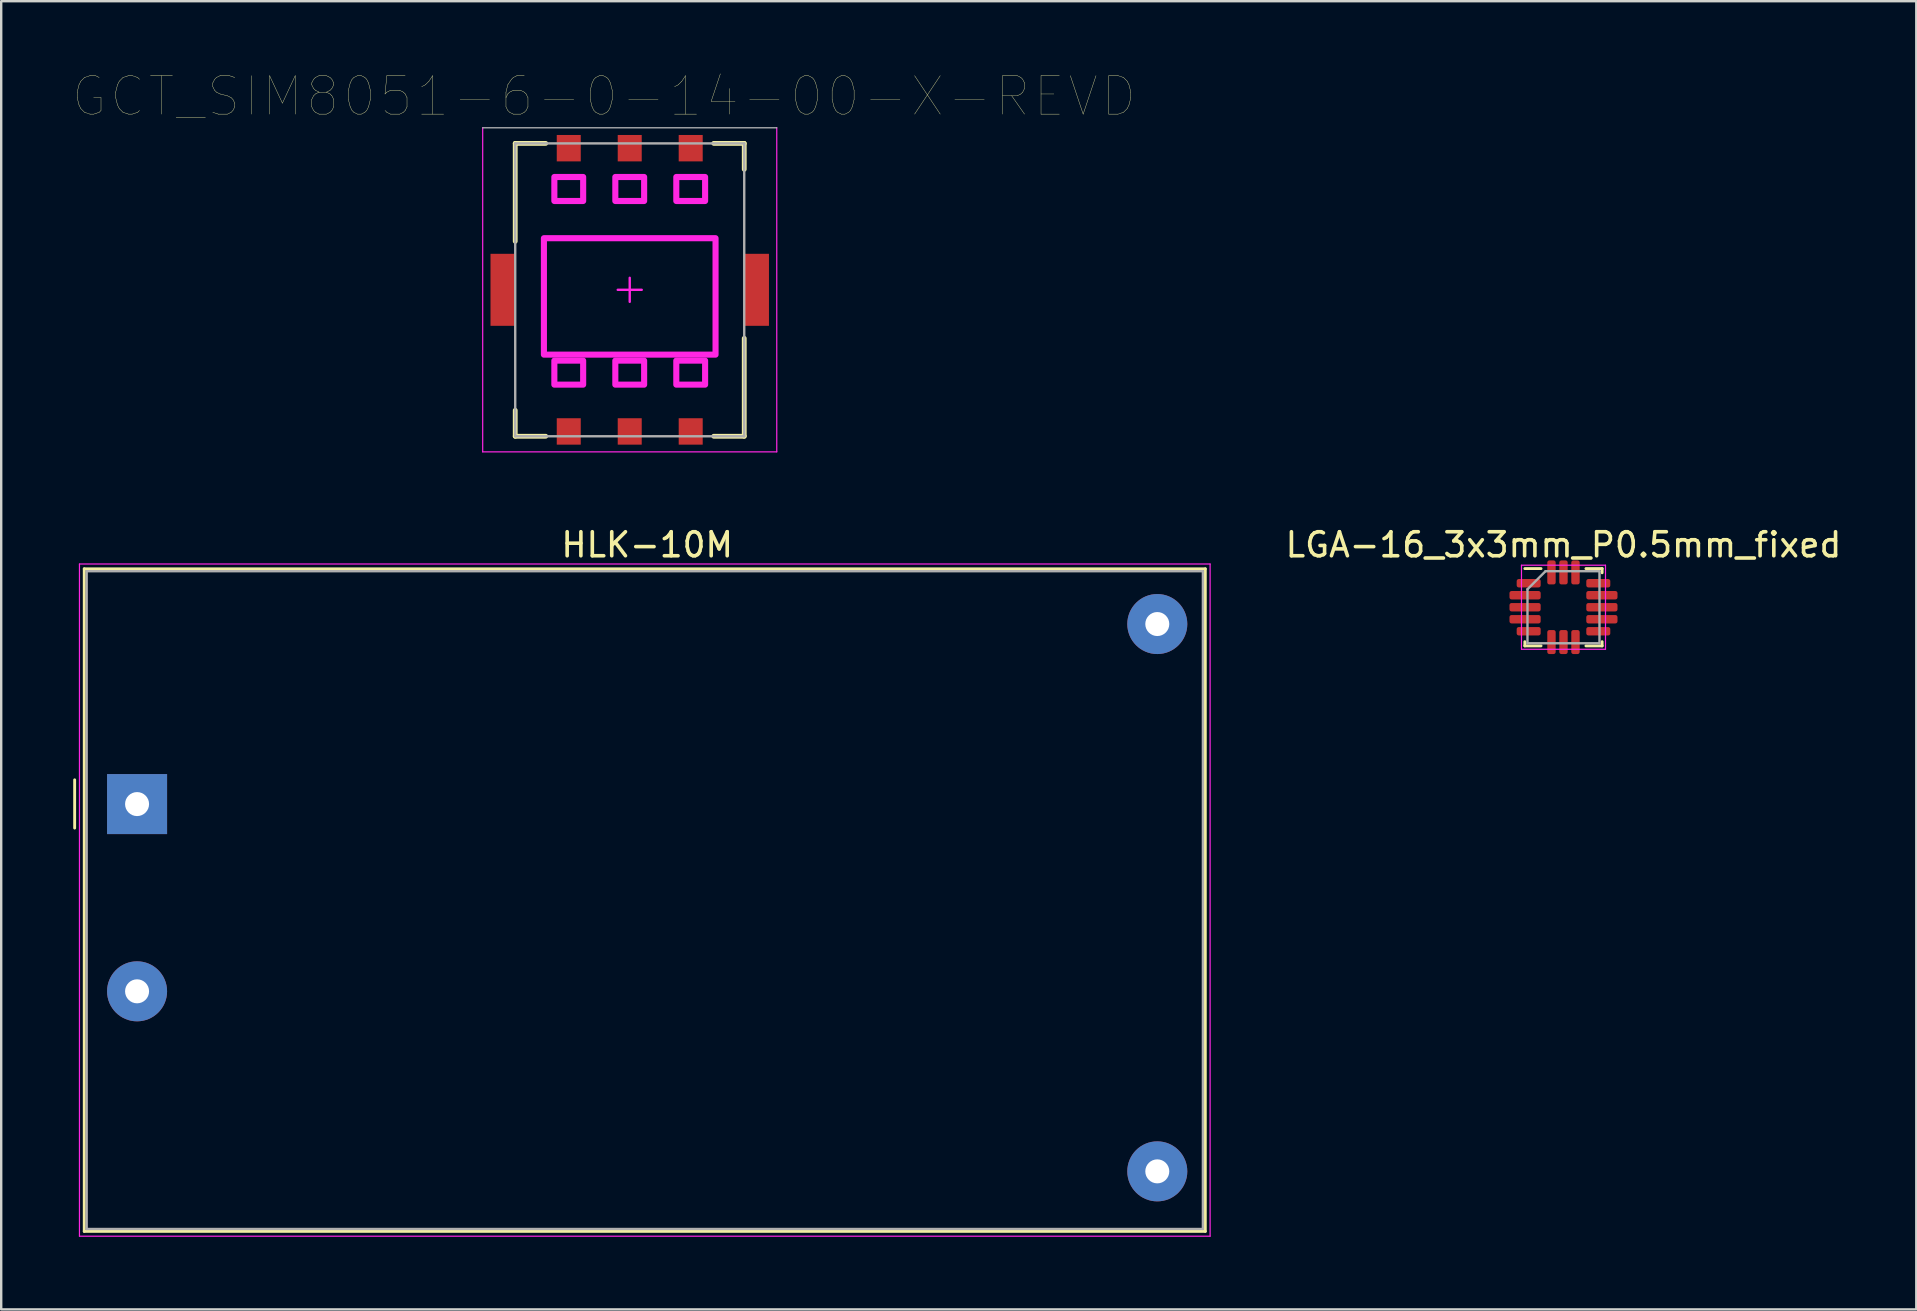
<source format=kicad_pcb>
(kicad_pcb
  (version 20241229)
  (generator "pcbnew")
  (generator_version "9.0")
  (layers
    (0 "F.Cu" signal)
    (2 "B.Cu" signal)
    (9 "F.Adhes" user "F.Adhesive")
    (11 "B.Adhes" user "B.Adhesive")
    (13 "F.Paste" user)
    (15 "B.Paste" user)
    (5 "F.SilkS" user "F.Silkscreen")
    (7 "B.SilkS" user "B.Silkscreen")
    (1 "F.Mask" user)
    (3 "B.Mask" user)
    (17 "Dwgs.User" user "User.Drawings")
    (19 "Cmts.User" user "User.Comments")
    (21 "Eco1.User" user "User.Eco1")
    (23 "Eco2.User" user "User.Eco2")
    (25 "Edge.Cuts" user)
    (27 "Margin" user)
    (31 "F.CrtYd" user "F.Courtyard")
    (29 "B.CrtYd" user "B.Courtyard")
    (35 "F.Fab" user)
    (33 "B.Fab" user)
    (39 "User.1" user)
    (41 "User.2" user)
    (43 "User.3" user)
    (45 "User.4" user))
  (footprint "GCT_SIM8051-6-0-14-00-X-REVD"
    (layer "F.Cu")
    (at 23.183 9.023)
    (property "Reference" "GCT_SIM8051-6-0-14-00-X-REVD" (at -1.072 -8.059 0) (layer "F.SilkS") (effects (font (size 1.603 1.603) (thickness 0.015))))
    (attr through_hole)
    (fp_line (start -4.77 -6.1) (end -3.5 -6.1) (stroke (width 0.2) (type solid)) (layer "F.SilkS"))
    (fp_line (start -4.77 -2.02) (end -4.77 -6.1) (stroke (width 0.2) (type solid)) (layer "F.SilkS"))
    (fp_line (start -4.77 6.1) (end -4.77 5.02) (stroke (width 0.2) (type solid)) (layer "F.SilkS"))
    (fp_line (start -4.77 6.1) (end -3.5 6.1) (stroke (width 0.2) (type solid)) (layer "F.SilkS"))
    (fp_line (start 3.5 -6.1) (end 4.77 -6.1) (stroke (width 0.2) (type solid)) (layer "F.SilkS"))
    (fp_line (start 3.5 6.1) (end 4.77 6.1) (stroke (width 0.2) (type solid)) (layer "F.SilkS"))
    (fp_line (start 4.77 -5.02) (end 4.77 -6.1) (stroke (width 0.2) (type solid)) (layer "F.SilkS"))
    (fp_line (start 4.77 6.1) (end 4.77 2.02) (stroke (width 0.2) (type solid)) (layer "F.SilkS"))
    (fp_line (start -6.125 -6.75) (end 6.125 -6.75) (stroke (width 0.05) (type solid)) (layer "Dwgs.User"))
    (fp_line (start -6.125 6.75) (end -6.125 -6.75) (stroke (width 0.05) (type solid)) (layer "F.CrtYd"))
    (fp_line (start -6.125 6.75) (end 6.125 6.75) (stroke (width 0.05) (type solid)) (layer "F.CrtYd"))
    (fp_line (start -0.5 0) (end 0.5 0) (stroke (width 0.1) (type solid)) (layer "F.CrtYd"))
    (fp_line (start 0 0.5) (end 0 -0.5) (stroke (width 0.1) (type solid)) (layer "F.CrtYd"))
    (fp_line (start 6.125 6.75) (end 6.125 -6.75) (stroke (width 0.05) (type solid)) (layer "F.CrtYd"))
    (fp_poly (pts (xy -3.575 2.7) (xy 3.575 2.7) (xy 3.575 -2.15) (xy -3.575 -2.15)) (stroke (width 0.254) (type solid)) (fill no) (layer "F.CrtYd"))
    (fp_poly (pts (xy -3.14 -3.7) (xy -1.94 -3.7) (xy -1.94 -4.7) (xy -3.14 -4.7)) (stroke (width 0.254) (type solid)) (fill no) (layer "F.CrtYd"))
    (fp_poly (pts (xy -3.14 3.95) (xy -1.94 3.95) (xy -1.94 2.95) (xy -3.14 2.95)) (stroke (width 0.254) (type solid)) (fill no) (layer "F.CrtYd"))
    (fp_poly (pts (xy -0.6 -3.7) (xy 0.6 -3.7) (xy 0.6 -4.7) (xy -0.6 -4.7)) (stroke (width 0.254) (type solid)) (fill no) (layer "F.CrtYd"))
    (fp_poly (pts (xy -0.6 3.95) (xy 0.6 3.95) (xy 0.6 2.95) (xy -0.6 2.95)) (stroke (width 0.254) (type solid)) (fill no) (layer "F.CrtYd"))
    (fp_poly (pts (xy 1.94 -3.7) (xy 3.14 -3.7) (xy 3.14 -4.7) (xy 1.94 -4.7)) (stroke (width 0.254) (type solid)) (fill no) (layer "F.CrtYd"))
    (fp_poly (pts (xy 1.94 3.95) (xy 3.14 3.95) (xy 3.14 2.95) (xy 1.94 2.95)) (stroke (width 0.254) (type solid)) (fill no) (layer "F.CrtYd"))
    (fp_line (start -4.77 -6.1) (end 4.77 -6.1) (stroke (width 0.1) (type solid)) (layer "F.Fab"))
    (fp_line (start -4.77 6.1) (end -4.77 -6.1) (stroke (width 0.1) (type solid)) (layer "F.Fab"))
    (fp_line (start -4.77 6.1) (end 4.77 6.1) (stroke (width 0.1) (type solid)) (layer "F.Fab"))
    (fp_line (start 4.77 6.1) (end 4.77 -6.1) (stroke (width 0.1) (type solid)) (layer "F.Fab"))
    (pad "1" smd rect (at 2.54 5.9) (size 1 1.1) (layers "F.Cu" "F.Mask" "F.Paste"))
    (pad "2" smd rect (at 0 5.9) (size 1 1.1) (layers "F.Cu" "F.Mask" "F.Paste"))
    (pad "3" smd rect (at -2.54 5.9) (size 1 1.1) (layers "F.Cu" "F.Mask" "F.Paste"))
    (pad "5" smd rect (at 2.54 -5.9) (size 1 1.1) (layers "F.Cu" "F.Mask" "F.Paste"))
    (pad "6" smd rect (at 0 -5.9) (size 1 1.1) (layers "F.Cu" "F.Mask" "F.Paste"))
    (pad "7" smd rect (at -2.54 -5.9) (size 1 1.1) (layers "F.Cu" "F.Mask" "F.Paste"))
    (pad "SH" smd rect (at -5.3 0) (size 1 3) (layers "F.Cu" "F.Mask" "F.Paste"))
    (pad "SH" smd rect (at 5.3 0) (size 1 3) (layers "F.Cu" "F.Mask" "F.Paste")))
  (footprint "LGA-16_3x3mm_P0.5mm_fixed"
    (layer "F.Cu")
    (at 62.081 22.246)
    (property "Reference" "LGA-16_3x3mm_P0.5mm_fixed" (at 0 -2.6 0) (layer "F.SilkS") (effects (font (size 1 1) (thickness 0.15))))
    (attr through_hole)
    (fp_line (start -1.61 1.61) (end -1.61 1.435) (stroke (width 0.12) (type solid)) (layer "F.SilkS"))
    (fp_line (start -0.935 -1.61) (end -1.61 -1.61) (stroke (width 0.12) (type solid)) (layer "F.SilkS"))
    (fp_line (start -0.935 1.61) (end -1.61 1.61) (stroke (width 0.12) (type solid)) (layer "F.SilkS"))
    (fp_line (start 0.935 -1.61) (end 1.61 -1.61) (stroke (width 0.12) (type solid)) (layer "F.SilkS"))
    (fp_line (start 0.935 1.61) (end 1.61 1.61) (stroke (width 0.12) (type solid)) (layer "F.SilkS"))
    (fp_line (start 1.61 -1.61) (end 1.61 -1.435) (stroke (width 0.12) (type solid)) (layer "F.SilkS"))
    (fp_line (start 1.61 1.61) (end 1.61 1.435) (stroke (width 0.12) (type solid)) (layer "F.SilkS"))
    (fp_line (start -1.75 -1.75) (end -1.75 1.75) (stroke (width 0.05) (type solid)) (layer "F.CrtYd"))
    (fp_line (start -1.75 1.75) (end 1.75 1.75) (stroke (width 0.05) (type solid)) (layer "F.CrtYd"))
    (fp_line (start 1.75 -1.75) (end -1.75 -1.75) (stroke (width 0.05) (type solid)) (layer "F.CrtYd"))
    (fp_line (start 1.75 1.75) (end 1.75 -1.75) (stroke (width 0.05) (type solid)) (layer "F.CrtYd"))
    (fp_line (start -1.5 -0.75) (end -0.75 -1.5) (stroke (width 0.1) (type solid)) (layer "F.Fab"))
    (fp_line (start -1.5 1.5) (end -1.5 -0.75) (stroke (width 0.1) (type solid)) (layer "F.Fab"))
    (fp_line (start -0.75 -1.5) (end 1.5 -1.5) (stroke (width 0.1) (type solid)) (layer "F.Fab"))
    (fp_line (start 1.5 -1.5) (end 1.5 1.5) (stroke (width 0.1) (type solid)) (layer "F.Fab"))
    (fp_line (start 1.5 1.5) (end -1.5 1.5) (stroke (width 0.1) (type solid)) (layer "F.Fab"))
    (pad "1" smd roundrect (at -1.45 -1) (size 1 0.35) (layers "F.Cu" "F.Mask" "F.Paste") (roundrect_rratio 0.25))
    (pad "2" smd roundrect (at -1.6 -0.5) (size 1.3 0.35) (layers "F.Cu" "F.Mask" "F.Paste") (roundrect_rratio 0.25))
    (pad "3" smd roundrect (at -1.6 0) (size 1.3 0.35) (layers "F.Cu" "F.Mask" "F.Paste") (roundrect_rratio 0.25))
    (pad "4" smd roundrect (at -1.6 0.5) (size 1.3 0.35) (layers "F.Cu" "F.Mask" "F.Paste") (roundrect_rratio 0.25))
    (pad "5" smd roundrect (at -1.45 1) (size 1 0.35) (layers "F.Cu" "F.Mask" "F.Paste") (roundrect_rratio 0.25))
    (pad "6" smd roundrect (at -0.5 1.45) (size 0.35 1) (layers "F.Cu" "F.Mask" "F.Paste") (roundrect_rratio 0.25))
    (pad "7" smd roundrect (at 0 1.45) (size 0.35 1) (layers "F.Cu" "F.Mask" "F.Paste") (roundrect_rratio 0.25))
    (pad "8" smd roundrect (at 0.5 1.45) (size 0.35 1) (layers "F.Cu" "F.Mask" "F.Paste") (roundrect_rratio 0.25))
    (pad "9" smd roundrect (at 1.45 1) (size 1 0.35) (layers "F.Cu" "F.Mask" "F.Paste") (roundrect_rratio 0.25))
    (pad "10" smd roundrect (at 1.6 0.5) (size 1.3 0.35) (layers "F.Cu" "F.Mask" "F.Paste") (roundrect_rratio 0.25))
    (pad "11" smd roundrect (at 1.6 0) (size 1.3 0.35) (layers "F.Cu" "F.Mask" "F.Paste") (roundrect_rratio 0.25))
    (pad "12" smd roundrect (at 1.6 -0.5) (size 1.3 0.35) (layers "F.Cu" "F.Mask" "F.Paste") (roundrect_rratio 0.25))
    (pad "13" smd roundrect (at 1.45 -1) (size 1 0.35) (layers "F.Cu" "F.Mask" "F.Paste") (roundrect_rratio 0.25))
    (pad "14" smd roundrect (at 0.5 -1.45) (size 0.35 1) (layers "F.Cu" "F.Mask" "F.Paste") (roundrect_rratio 0.25))
    (pad "15" smd roundrect (at 0 -1.45) (size 0.35 1) (layers "F.Cu" "F.Mask" "F.Paste") (roundrect_rratio 0.25))
    (pad "16" smd roundrect (at -0.5 -1.45) (size 0.35 1) (layers "F.Cu" "F.Mask" "F.Paste") (roundrect_rratio 0.25)))
  (footprint "HLK-10M"
    (layer "F.Cu")
    (at 0.46 48.246)
    (property "Reference" "HLK-10M" (at 23.45 -28.6 0) (layer "F.SilkS") (effects (font (size 1 1) (thickness 0.15))))
    (attr through_hole)
    (fp_line (start -0.4 -18.81) (end -0.4 -16.8) (stroke (width 0.12) (type solid)) (layer "F.SilkS"))
    (fp_line (start 0 -27.6) (end 0 0) (stroke (width 0.12) (type solid)) (layer "F.SilkS"))
    (fp_line (start 0 0) (end 46.7 0) (stroke (width 0.12) (type solid)) (layer "F.SilkS"))
    (fp_line (start 46.7 -27.6) (end 0 -27.6) (stroke (width 0.12) (type solid)) (layer "F.SilkS"))
    (fp_line (start 46.7 0) (end 46.7 -27.6) (stroke (width 0.12) (type solid)) (layer "F.SilkS"))
    (fp_line (start -0.2 -27.8) (end -0.2 0.2) (stroke (width 0.05) (type solid)) (layer "F.CrtYd"))
    (fp_line (start -0.2 0.2) (end 46.9 0.2) (stroke (width 0.05) (type solid)) (layer "F.CrtYd"))
    (fp_line (start 46.9 -27.8) (end -0.2 -27.8) (stroke (width 0.05) (type solid)) (layer "F.CrtYd"))
    (fp_line (start 46.9 0.2) (end 46.9 -27.8) (stroke (width 0.05) (type solid)) (layer "F.CrtYd"))
    (fp_line (start 0.1 -27.5) (end 46.6 -27.5) (stroke (width 0.1) (type solid)) (layer "F.Fab"))
    (fp_line (start 0.1 -0.1) (end 0.1 -27.5) (stroke (width 0.1) (type solid)) (layer "F.Fab"))
    (fp_line (start 46.6 -27.5) (end 46.6 -0.1) (stroke (width 0.1) (type solid)) (layer "F.Fab"))
    (fp_line (start 46.6 -0.1) (end 0.1 -0.1) (stroke (width 0.1) (type solid)) (layer "F.Fab"))
    (pad "1" thru_hole rect (at 2.2 -17.8) (size 2.5 2.5) (drill 1) (layers "*.Cu" "*.Mask"))
    (pad "2" thru_hole circle (at 2.2 -10) (size 2.5 2.5) (drill 1) (layers "*.Cu" "*.Mask"))
    (pad "3" thru_hole circle (at 44.7 -25.3) (size 2.5 2.5) (drill 1) (layers "*.Cu" "*.Mask"))
    (pad "4" thru_hole circle (at 44.7 -2.5) (size 2.5 2.5) (drill 1) (layers "*.Cu" "*.Mask")))
  (gr_rect
    (start -3 -3)
    (end 76.778 51.496)
    (stroke (width 0.1) (type default))
    (fill no)
    (layer "Edge.Cuts")))
</source>
